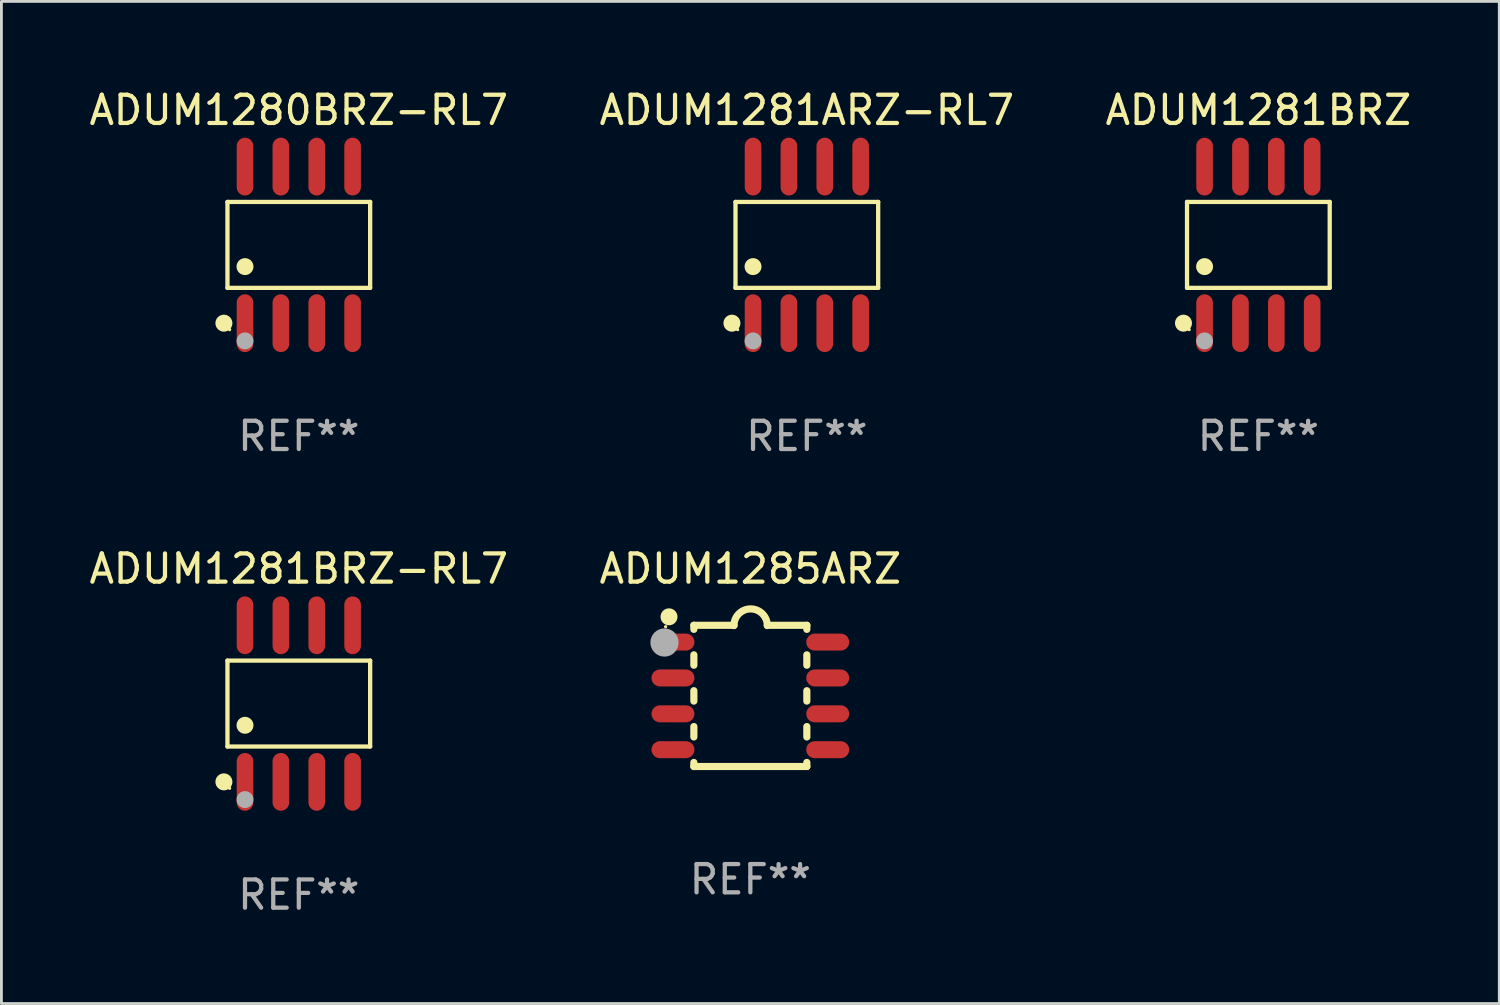
<source format=kicad_pcb>
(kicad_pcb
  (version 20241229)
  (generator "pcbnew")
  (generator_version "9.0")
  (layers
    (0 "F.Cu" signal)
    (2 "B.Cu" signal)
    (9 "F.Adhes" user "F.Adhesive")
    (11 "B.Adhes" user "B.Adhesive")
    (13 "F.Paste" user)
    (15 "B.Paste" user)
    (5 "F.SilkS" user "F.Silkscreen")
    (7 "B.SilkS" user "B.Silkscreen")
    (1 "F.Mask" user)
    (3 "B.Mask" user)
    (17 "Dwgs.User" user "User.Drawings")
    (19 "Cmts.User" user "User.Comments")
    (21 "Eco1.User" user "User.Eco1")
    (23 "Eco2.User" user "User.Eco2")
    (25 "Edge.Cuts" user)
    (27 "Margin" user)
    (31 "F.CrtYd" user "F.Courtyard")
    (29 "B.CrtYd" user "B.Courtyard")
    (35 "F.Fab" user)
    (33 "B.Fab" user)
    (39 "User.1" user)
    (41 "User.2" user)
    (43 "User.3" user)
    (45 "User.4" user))
  (footprint "ADUM1285ARZ"
    (layer "F.Cu")
    (at 23.518 21.59)
    (property "Reference" "ADUM1285ARZ" (at 0 -4.5 0) (layer "F.SilkS") (effects (font (size 1 1) (thickness 0.15))))
    (attr through_hole)
    (fp_line (start -2 -2.5) (end -2 -2.356) (stroke (width 0.254) (type solid)) (layer "F.SilkS"))
    (fp_line (start -2 -1.454) (end -2 -1.086) (stroke (width 0.254) (type solid)) (layer "F.SilkS"))
    (fp_line (start -2 -0.184) (end -2 0.184) (stroke (width 0.254) (type solid)) (layer "F.SilkS"))
    (fp_line (start -2 1.086) (end -2 1.454) (stroke (width 0.254) (type solid)) (layer "F.SilkS"))
    (fp_line (start -2 2.356) (end -2 2.5) (stroke (width 0.254) (type solid)) (layer "F.SilkS"))
    (fp_line (start -0.58 -2.5) (end -2 -2.5) (stroke (width 0.254) (type solid)) (layer "F.SilkS"))
    (fp_line (start 2 -2.5) (end 0.6 -2.5) (stroke (width 0.254) (type solid)) (layer "F.SilkS"))
    (fp_line (start 2 -2.5) (end 2 -2.356) (stroke (width 0.254) (type solid)) (layer "F.SilkS"))
    (fp_line (start 2 -1.454) (end 2 -1.086) (stroke (width 0.254) (type solid)) (layer "F.SilkS"))
    (fp_line (start 2 -0.184) (end 2 0.184) (stroke (width 0.254) (type solid)) (layer "F.SilkS"))
    (fp_line (start 2 1.086) (end 2 1.454) (stroke (width 0.254) (type solid)) (layer "F.SilkS"))
    (fp_line (start 2 2.356) (end 2 2.5) (stroke (width 0.254) (type solid)) (layer "F.SilkS"))
    (fp_line (start 2 2.5) (end -2 2.5) (stroke (width 0.254) (type solid)) (layer "F.SilkS"))
    (fp_arc (start -0.579908 -2.489992) (mid 0.010097 -3.07831) (end 0.600102 -2.489992) (stroke (width 0.254001) (type solid)) (layer "F.SilkS"))
    (fp_circle (center -3 -2.45) (end -2.97 -2.45) (stroke (width 0.06) (type solid)) (fill no) (layer "F.SilkS"))
    (fp_circle (center -2.88 -2.8) (end -2.73 -2.8) (stroke (width 0.3) (type solid)) (fill no) (layer "F.SilkS"))
    (fp_circle (center -3.04 -1.89) (end -2.79 -1.89) (stroke (width 0.5) (type solid)) (fill no) (layer "F.Fab"))
    (fp_text user "REF**" (at 0 6.5 0) (layer "F.Fab") (effects (font (size 1 1) (thickness 0.15))))
    (pad "1" smd oval (at -2.74 -1.905 90) (size 0.6 1.52) (layers "F.Cu" "F.Mask" "F.Paste"))
    (pad "2" smd oval (at -2.74 -0.635 90) (size 0.6 1.52) (layers "F.Cu" "F.Mask" "F.Paste"))
    (pad "3" smd oval (at -2.74 0.635 90) (size 0.6 1.52) (layers "F.Cu" "F.Mask" "F.Paste"))
    (pad "4" smd oval (at -2.74 1.905 90) (size 0.6 1.52) (layers "F.Cu" "F.Mask" "F.Paste"))
    (pad "5" smd oval (at 2.74 1.905 90) (size 0.6 1.52) (layers "F.Cu" "F.Mask" "F.Paste"))
    (pad "6" smd oval (at 2.74 0.635 90) (size 0.6 1.52) (layers "F.Cu" "F.Mask" "F.Paste"))
    (pad "7" smd oval (at 2.74 -0.635 90) (size 0.6 1.52) (layers "F.Cu" "F.Mask" "F.Paste"))
    (pad "8" smd oval (at 2.74 -1.905 90) (size 0.6 1.52) (layers "F.Cu" "F.Mask" "F.Paste")))
  (footprint "ADUM1281ARZ-RL7"
    (layer "F.Cu")
    (at 25.518 5.621)
    (property "Reference" "ADUM1281ARZ-RL7" (at 0 -4.772 0) (layer "F.SilkS") (effects (font (size 1 1) (thickness 0.15))))
    (attr through_hole)
    (fp_line (start -2.526 -1.521) (end 2.526 -1.521) (stroke (width 0.152) (type solid)) (layer "F.SilkS"))
    (fp_line (start -2.526 1.521) (end -2.526 -1.521) (stroke (width 0.152) (type solid)) (layer "F.SilkS"))
    (fp_line (start 2.526 -1.521) (end 2.526 1.521) (stroke (width 0.152) (type solid)) (layer "F.SilkS"))
    (fp_line (start 2.526 1.521) (end -2.526 1.521) (stroke (width 0.152) (type solid)) (layer "F.SilkS"))
    (fp_circle (center -2.652 2.772) (end -2.501 2.772) (stroke (width 0.3) (type solid)) (fill no) (layer "F.SilkS"))
    (fp_circle (center -2.45 3) (end -2.42 3) (stroke (width 0.06) (type solid)) (fill no) (layer "F.SilkS"))
    (fp_circle (center -1.905 0.769) (end -1.755 0.769) (stroke (width 0.3) (type solid)) (fill no) (layer "F.SilkS"))
    (fp_circle (center -1.905 3.4) (end -1.755 3.4) (stroke (width 0.3) (type solid)) (fill no) (layer "F.Fab"))
    (fp_text user "REF**" (at 0 6.772 0) (layer "F.Fab") (effects (font (size 1 1) (thickness 0.15))))
    (pad "1" smd oval (at -1.905 2.772) (size 0.588 2.045) (layers "F.Cu" "F.Mask" "F.Paste"))
    (pad "2" smd oval (at -0.635 2.772) (size 0.588 2.045) (layers "F.Cu" "F.Mask" "F.Paste"))
    (pad "3" smd oval (at 0.635 2.772) (size 0.588 2.045) (layers "F.Cu" "F.Mask" "F.Paste"))
    (pad "4" smd oval (at 1.905 2.772) (size 0.588 2.045) (layers "F.Cu" "F.Mask" "F.Paste"))
    (pad "5" smd oval (at 1.905 -2.772) (size 0.588 2.045) (layers "F.Cu" "F.Mask" "F.Paste"))
    (pad "6" smd oval (at 0.635 -2.772) (size 0.588 2.045) (layers "F.Cu" "F.Mask" "F.Paste"))
    (pad "7" smd oval (at -0.635 -2.772) (size 0.588 2.045) (layers "F.Cu" "F.Mask" "F.Paste"))
    (pad "8" smd oval (at -1.905 -2.772) (size 0.588 2.045) (layers "F.Cu" "F.Mask" "F.Paste")))
  (footprint "ADUM1281BRZ-RL7"
    (layer "F.Cu")
    (at 7.53 21.862)
    (property "Reference" "ADUM1281BRZ-RL7" (at 0 -4.772 0) (layer "F.SilkS") (effects (font (size 1 1) (thickness 0.15))))
    (attr through_hole)
    (fp_line (start -2.526 -1.521) (end 2.526 -1.521) (stroke (width 0.152) (type solid)) (layer "F.SilkS"))
    (fp_line (start -2.526 1.521) (end -2.526 -1.521) (stroke (width 0.152) (type solid)) (layer "F.SilkS"))
    (fp_line (start 2.526 -1.521) (end 2.526 1.521) (stroke (width 0.152) (type solid)) (layer "F.SilkS"))
    (fp_line (start 2.526 1.521) (end -2.526 1.521) (stroke (width 0.152) (type solid)) (layer "F.SilkS"))
    (fp_circle (center -2.652 2.772) (end -2.501 2.772) (stroke (width 0.3) (type solid)) (fill no) (layer "F.SilkS"))
    (fp_circle (center -2.45 3) (end -2.42 3) (stroke (width 0.06) (type solid)) (fill no) (layer "F.SilkS"))
    (fp_circle (center -1.905 0.769) (end -1.755 0.769) (stroke (width 0.3) (type solid)) (fill no) (layer "F.SilkS"))
    (fp_circle (center -1.905 3.4) (end -1.755 3.4) (stroke (width 0.3) (type solid)) (fill no) (layer "F.Fab"))
    (fp_text user "REF**" (at 0 6.772 0) (layer "F.Fab") (effects (font (size 1 1) (thickness 0.15))))
    (pad "1" smd oval (at -1.905 2.772) (size 0.588 2.045) (layers "F.Cu" "F.Mask" "F.Paste"))
    (pad "2" smd oval (at -0.635 2.772) (size 0.588 2.045) (layers "F.Cu" "F.Mask" "F.Paste"))
    (pad "3" smd oval (at 0.635 2.772) (size 0.588 2.045) (layers "F.Cu" "F.Mask" "F.Paste"))
    (pad "4" smd oval (at 1.905 2.772) (size 0.588 2.045) (layers "F.Cu" "F.Mask" "F.Paste"))
    (pad "5" smd oval (at 1.905 -2.772) (size 0.588 2.045) (layers "F.Cu" "F.Mask" "F.Paste"))
    (pad "6" smd oval (at 0.635 -2.772) (size 0.588 2.045) (layers "F.Cu" "F.Mask" "F.Paste"))
    (pad "7" smd oval (at -0.635 -2.772) (size 0.588 2.045) (layers "F.Cu" "F.Mask" "F.Paste"))
    (pad "8" smd oval (at -1.905 -2.772) (size 0.588 2.045) (layers "F.Cu" "F.Mask" "F.Paste")))
  (footprint "ADUM1280BRZ-RL7"
    (layer "F.Cu")
    (at 7.53 5.621)
    (property "Reference" "ADUM1280BRZ-RL7" (at 0 -4.772 0) (layer "F.SilkS") (effects (font (size 1 1) (thickness 0.15))))
    (attr through_hole)
    (fp_line (start -2.526 -1.521) (end 2.526 -1.521) (stroke (width 0.152) (type solid)) (layer "F.SilkS"))
    (fp_line (start -2.526 1.521) (end -2.526 -1.521) (stroke (width 0.152) (type solid)) (layer "F.SilkS"))
    (fp_line (start 2.526 -1.521) (end 2.526 1.521) (stroke (width 0.152) (type solid)) (layer "F.SilkS"))
    (fp_line (start 2.526 1.521) (end -2.526 1.521) (stroke (width 0.152) (type solid)) (layer "F.SilkS"))
    (fp_circle (center -2.652 2.772) (end -2.501 2.772) (stroke (width 0.3) (type solid)) (fill no) (layer "F.SilkS"))
    (fp_circle (center -2.45 3) (end -2.42 3) (stroke (width 0.06) (type solid)) (fill no) (layer "F.SilkS"))
    (fp_circle (center -1.905 0.769) (end -1.755 0.769) (stroke (width 0.3) (type solid)) (fill no) (layer "F.SilkS"))
    (fp_circle (center -1.905 3.4) (end -1.755 3.4) (stroke (width 0.3) (type solid)) (fill no) (layer "F.Fab"))
    (fp_text user "REF**" (at 0 6.772 0) (layer "F.Fab") (effects (font (size 1 1) (thickness 0.15))))
    (pad "1" smd oval (at -1.905 2.772) (size 0.588 2.045) (layers "F.Cu" "F.Mask" "F.Paste"))
    (pad "2" smd oval (at -0.635 2.772) (size 0.588 2.045) (layers "F.Cu" "F.Mask" "F.Paste"))
    (pad "3" smd oval (at 0.635 2.772) (size 0.588 2.045) (layers "F.Cu" "F.Mask" "F.Paste"))
    (pad "4" smd oval (at 1.905 2.772) (size 0.588 2.045) (layers "F.Cu" "F.Mask" "F.Paste"))
    (pad "5" smd oval (at 1.905 -2.772) (size 0.588 2.045) (layers "F.Cu" "F.Mask" "F.Paste"))
    (pad "6" smd oval (at 0.635 -2.772) (size 0.588 2.045) (layers "F.Cu" "F.Mask" "F.Paste"))
    (pad "7" smd oval (at -0.635 -2.772) (size 0.588 2.045) (layers "F.Cu" "F.Mask" "F.Paste"))
    (pad "8" smd oval (at -1.905 -2.772) (size 0.588 2.045) (layers "F.Cu" "F.Mask" "F.Paste")))
  (footprint "ADUM1281BRZ"
    (layer "F.Cu")
    (at 41.506 5.621)
    (property "Reference" "ADUM1281BRZ" (at 0 -4.772 0) (layer "F.SilkS") (effects (font (size 1 1) (thickness 0.15))))
    (attr through_hole)
    (fp_line (start -2.526 -1.521) (end 2.526 -1.521) (stroke (width 0.152) (type solid)) (layer "F.SilkS"))
    (fp_line (start -2.526 1.521) (end -2.526 -1.521) (stroke (width 0.152) (type solid)) (layer "F.SilkS"))
    (fp_line (start 2.526 -1.521) (end 2.526 1.521) (stroke (width 0.152) (type solid)) (layer "F.SilkS"))
    (fp_line (start 2.526 1.521) (end -2.526 1.521) (stroke (width 0.152) (type solid)) (layer "F.SilkS"))
    (fp_circle (center -2.652 2.772) (end -2.501 2.772) (stroke (width 0.3) (type solid)) (fill no) (layer "F.SilkS"))
    (fp_circle (center -2.45 3) (end -2.42 3) (stroke (width 0.06) (type solid)) (fill no) (layer "F.SilkS"))
    (fp_circle (center -1.905 0.769) (end -1.755 0.769) (stroke (width 0.3) (type solid)) (fill no) (layer "F.SilkS"))
    (fp_circle (center -1.905 3.4) (end -1.755 3.4) (stroke (width 0.3) (type solid)) (fill no) (layer "F.Fab"))
    (fp_text user "REF**" (at 0 6.772 0) (layer "F.Fab") (effects (font (size 1 1) (thickness 0.15))))
    (pad "1" smd oval (at -1.905 2.772) (size 0.588 2.045) (layers "F.Cu" "F.Mask" "F.Paste"))
    (pad "2" smd oval (at -0.635 2.772) (size 0.588 2.045) (layers "F.Cu" "F.Mask" "F.Paste"))
    (pad "3" smd oval (at 0.635 2.772) (size 0.588 2.045) (layers "F.Cu" "F.Mask" "F.Paste"))
    (pad "4" smd oval (at 1.905 2.772) (size 0.588 2.045) (layers "F.Cu" "F.Mask" "F.Paste"))
    (pad "5" smd oval (at 1.905 -2.772) (size 0.588 2.045) (layers "F.Cu" "F.Mask" "F.Paste"))
    (pad "6" smd oval (at 0.635 -2.772) (size 0.588 2.045) (layers "F.Cu" "F.Mask" "F.Paste"))
    (pad "7" smd oval (at -0.635 -2.772) (size 0.588 2.045) (layers "F.Cu" "F.Mask" "F.Paste"))
    (pad "8" smd oval (at -1.905 -2.772) (size 0.588 2.045) (layers "F.Cu" "F.Mask" "F.Paste")))
  (gr_rect
    (start -3 -3)
    (end 50.036 32.483)
    (stroke (width 0.1) (type default))
    (fill no)
    (layer "Edge.Cuts")))
</source>
